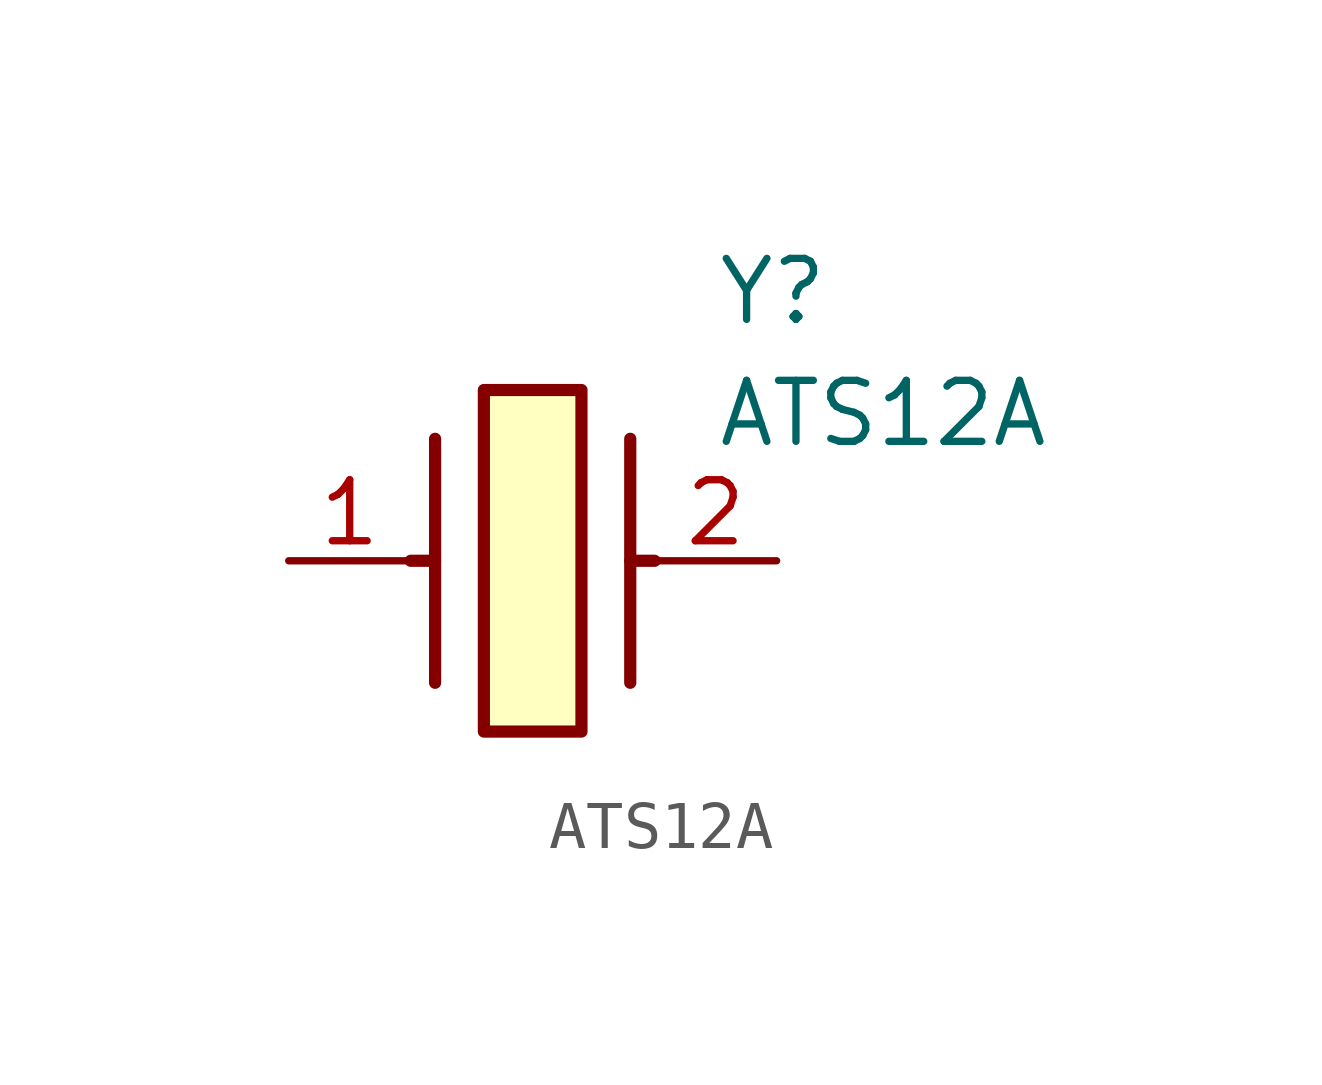
<source format=kicad_sym>
(kicad_symbol_lib
  (version 20211014)
  (generator SamacSys_ECAD_Model)
  (symbol "ATS12A"
    (pin_names hide)
    (property "Reference" "Y"
      (at 8.89 6.35 0)
      (effects (font (size 1.27 1.27)) (justify left top)))
    (property "Value" "ATS12A"
      (at 8.89 3.81 0)
      (effects (font (size 1.27 1.27)) (justify left top)))
    (rectangle
      (start 4.064 3.556)
      (end 6.096 -3.556)
      (stroke (width 0.254) (type default))
      (fill (type background)))
    (polyline
      (pts (xy 3.048 2.54) (xy 3.048 -2.54))
      (stroke (width 0.254) (type default))
      (fill (type none)))
    (polyline
      (pts (xy 7.112 2.54) (xy 7.112 -2.54))
      (stroke (width 0.254) (type default))
      (fill (type none)))
    (polyline
      (pts (xy 7.112 0) (xy 7.62 0))
      (stroke (width 0.254) (type default))
      (fill (type none)))
    (polyline
      (pts (xy 3.048 0) (xy 2.54 0))
      (stroke (width 0.254) (type default))
      (fill (type none)))
    (pin passive line
      (at 0 0 0)
      (length 2.54)
      (name "1" (effects (font (size 1.27 1.27))))
      (number "1" (effects (font (size 1.27 1.27)))))
    (pin passive line
      (at 10.16 0 180)
      (length 2.54)
      (name "2" (effects (font (size 1.27 1.27))))
      (number "2" (effects (font (size 1.27 1.27)))))))
</source>
